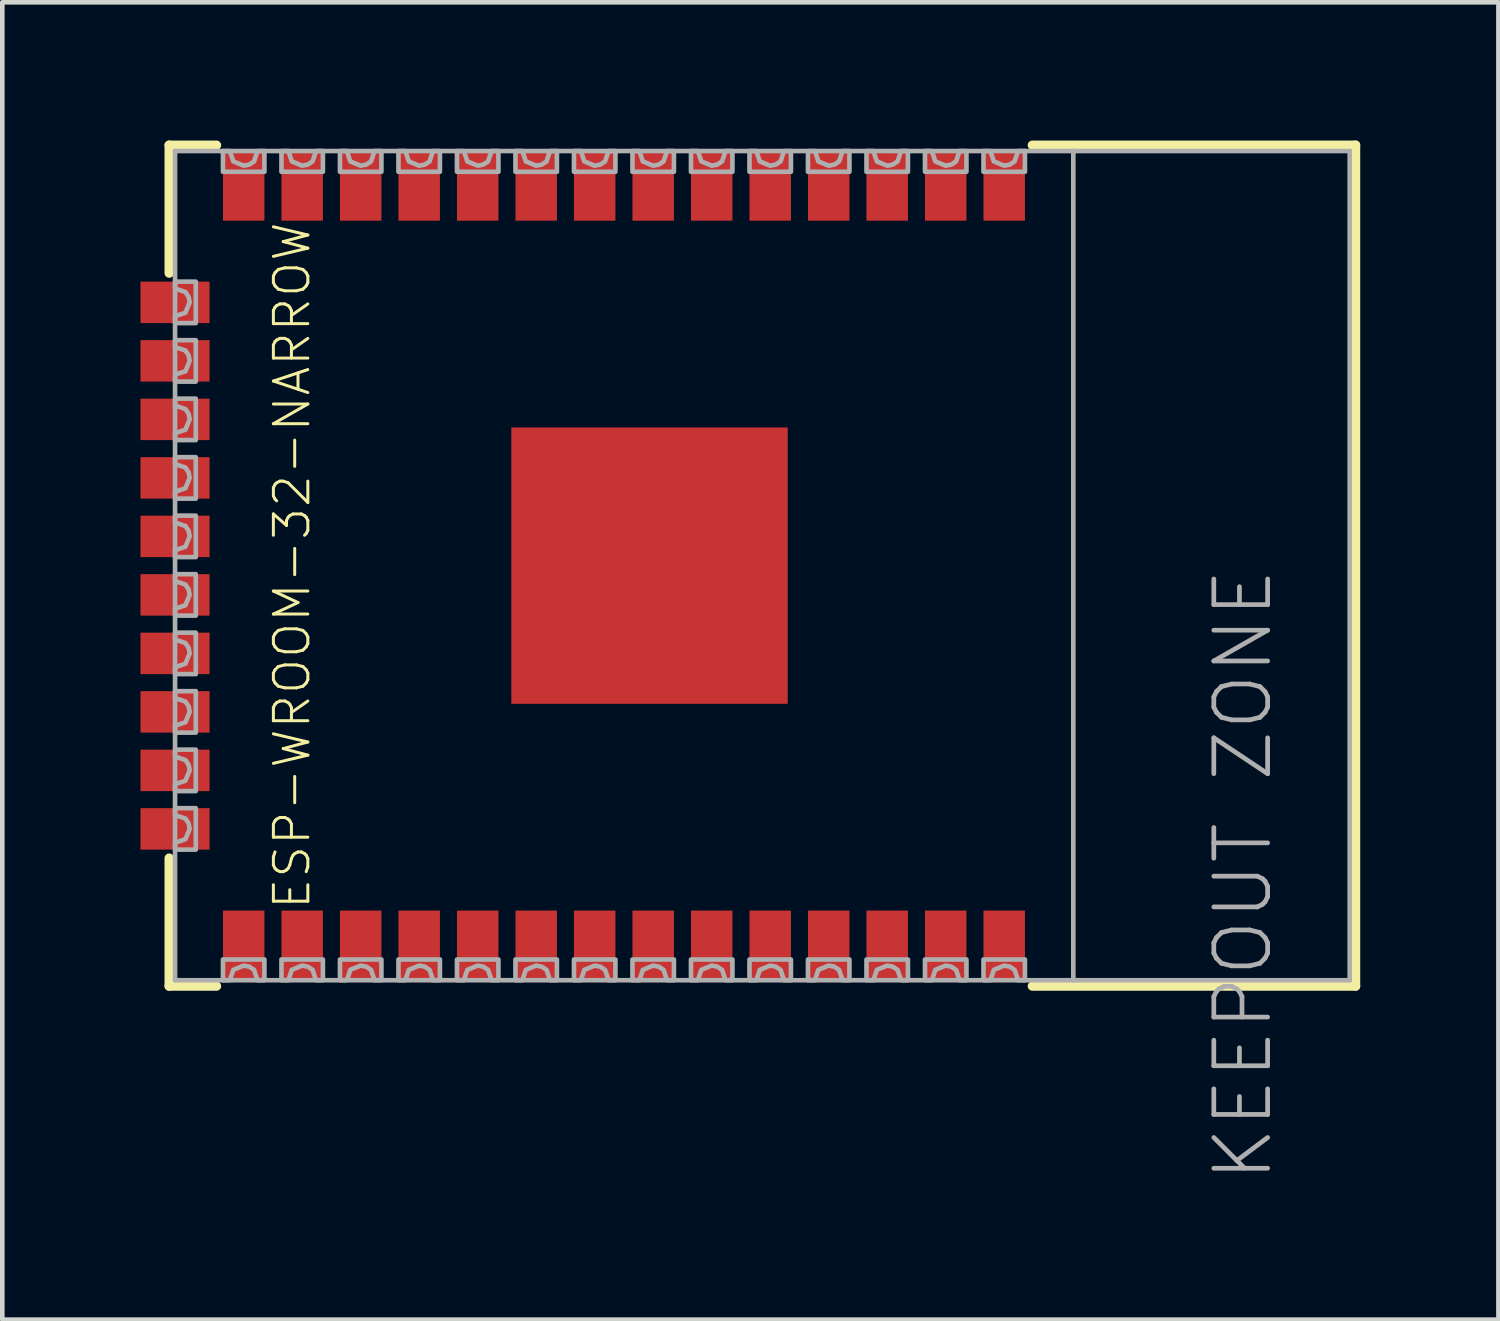
<source format=kicad_pcb>
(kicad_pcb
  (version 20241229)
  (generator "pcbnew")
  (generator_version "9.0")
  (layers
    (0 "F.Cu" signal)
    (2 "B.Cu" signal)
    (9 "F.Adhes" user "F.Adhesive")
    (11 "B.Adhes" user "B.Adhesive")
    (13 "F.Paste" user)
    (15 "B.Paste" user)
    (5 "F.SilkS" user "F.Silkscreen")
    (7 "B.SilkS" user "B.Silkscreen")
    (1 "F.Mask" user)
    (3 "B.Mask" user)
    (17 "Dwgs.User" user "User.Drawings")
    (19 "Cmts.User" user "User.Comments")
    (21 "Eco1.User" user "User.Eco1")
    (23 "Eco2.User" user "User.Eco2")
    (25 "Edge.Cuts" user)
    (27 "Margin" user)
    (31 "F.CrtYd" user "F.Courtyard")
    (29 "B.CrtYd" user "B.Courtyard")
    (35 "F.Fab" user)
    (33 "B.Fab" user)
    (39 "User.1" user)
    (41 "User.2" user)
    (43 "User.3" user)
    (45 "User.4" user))
  (footprint "ESP-WROOM-32-NARROW"
    (layer "F.Cu")
    (at 12.32 9.229)
    (property "Reference" "ESP-WROOM-32-NARROW" (at -9.03 0 90) (layer "F.SilkS") (effects (font (size 0.748 0.748) (thickness 0.065))))
    (fp_line (start -11.697 -9.127) (end -10.67 -9.127) (stroke (width 0.203) (type solid)) (layer "F.SilkS"))
    (fp_line (start -11.697 -6.35) (end -11.697 -9.127) (stroke (width 0.203) (type solid)) (layer "F.SilkS"))
    (fp_line (start -11.697 6.35) (end -11.697 9.127) (stroke (width 0.203) (type solid)) (layer "F.SilkS"))
    (fp_line (start -11.697 9.127) (end -10.67 9.127) (stroke (width 0.203) (type solid)) (layer "F.SilkS"))
    (fp_line (start 7.041 -9.127) (end 14.057 -9.127) (stroke (width 0.203) (type solid)) (layer "F.SilkS"))
    (fp_line (start 7.041 9.127) (end 14.057 9.127) (stroke (width 0.203) (type solid)) (layer "F.SilkS"))
    (fp_line (start 14.057 -9.127) (end 14.057 9.127) (stroke (width 0.203) (type solid)) (layer "F.SilkS"))
    (fp_line (start -11.57 -9) (end 7.93 -9) (stroke (width 0.1) (type solid)) (layer "F.Fab"))
    (fp_line (start -11.57 9) (end -11.57 -9) (stroke (width 0.1) (type solid)) (layer "F.Fab"))
    (fp_line (start 7.93 -9) (end 13.93 -9) (stroke (width 0.1) (type solid)) (layer "F.Fab"))
    (fp_line (start 7.93 9) (end -11.57 9) (stroke (width 0.1) (type solid)) (layer "F.Fab"))
    (fp_line (start 7.93 9) (end 7.93 -9) (stroke (width 0.1) (type solid)) (layer "F.Fab"))
    (fp_line (start 13.93 -9) (end 13.93 9) (stroke (width 0.1) (type solid)) (layer "F.Fab"))
    (fp_line (start 13.93 9) (end 7.93 9) (stroke (width 0.1) (type solid)) (layer "F.Fab"))
    (fp_poly (pts (xy -10.53 9) (xy -10.53 8.55) (xy -9.63 8.55) (xy -9.63 9) (xy -9.78 9) (xy -9.855 8.775) (xy -9.958 8.706) (xy -10.08 8.682) (xy -10.305 8.775) (xy -10.38 9)) (stroke (width 0.1) (type solid)) (fill no) (layer "F.Fab"))
    (fp_poly (pts (xy -9.26 9) (xy -9.26 8.55) (xy -8.36 8.55) (xy -8.36 9) (xy -8.51 9) (xy -8.585 8.775) (xy -8.688 8.706) (xy -8.81 8.682) (xy -9.035 8.775) (xy -9.11 9)) (stroke (width 0.1) (type solid)) (fill no) (layer "F.Fab"))
    (fp_poly (pts (xy -7.99 9) (xy -7.99 8.55) (xy -7.09 8.55) (xy -7.09 9) (xy -7.24 9) (xy -7.315 8.775) (xy -7.418 8.706) (xy -7.54 8.682) (xy -7.765 8.775) (xy -7.84 9)) (stroke (width 0.1) (type solid)) (fill no) (layer "F.Fab"))
    (fp_poly (pts (xy -6.72 9) (xy -6.72 8.55) (xy -5.82 8.55) (xy -5.82 9) (xy -5.97 9) (xy -6.045 8.775) (xy -6.148 8.706) (xy -6.27 8.682) (xy -6.495 8.775) (xy -6.57 9)) (stroke (width 0.1) (type solid)) (fill no) (layer "F.Fab"))
    (fp_poly (pts (xy -5.45 9) (xy -5.45 8.55) (xy -4.55 8.55) (xy -4.55 9) (xy -4.7 9) (xy -4.775 8.775) (xy -4.878 8.706) (xy -5 8.682) (xy -5.225 8.775) (xy -5.3 9)) (stroke (width 0.1) (type solid)) (fill no) (layer "F.Fab"))
    (fp_poly (pts (xy -4.18 9) (xy -4.18 8.55) (xy -3.28 8.55) (xy -3.28 9) (xy -3.43 9) (xy -3.505 8.775) (xy -3.608 8.706) (xy -3.73 8.682) (xy -3.955 8.775) (xy -4.03 9)) (stroke (width 0.1) (type solid)) (fill no) (layer "F.Fab"))
    (fp_poly (pts (xy -2.91 9) (xy -2.91 8.55) (xy -2.01 8.55) (xy -2.01 9) (xy -2.16 9) (xy -2.235 8.775) (xy -2.338 8.706) (xy -2.46 8.682) (xy -2.685 8.775) (xy -2.76 9)) (stroke (width 0.1) (type solid)) (fill no) (layer "F.Fab"))
    (fp_poly (pts (xy -1.64 9) (xy -1.64 8.55) (xy -0.74 8.55) (xy -0.74 9) (xy -0.89 9) (xy -0.965 8.775) (xy -1.068 8.706) (xy -1.19 8.682) (xy -1.415 8.775) (xy -1.49 9)) (stroke (width 0.1) (type solid)) (fill no) (layer "F.Fab"))
    (fp_poly (pts (xy -11.12 -5.265) (xy -11.57 -5.265) (xy -11.57 -5.415) (xy -11.345 -5.49) (xy -11.252 -5.715) (xy -11.276 -5.837) (xy -11.345 -5.94) (xy -11.57 -6.015) (xy -11.57 -6.015) (xy -11.57 -6.165) (xy -11.12 -6.165)) (stroke (width 0.1) (type solid)) (fill no) (layer "F.Fab"))
    (fp_poly (pts (xy -11.12 -3.995) (xy -11.57 -3.995) (xy -11.57 -4.145) (xy -11.345 -4.22) (xy -11.252 -4.445) (xy -11.276 -4.567) (xy -11.345 -4.67) (xy -11.57 -4.745) (xy -11.57 -4.745) (xy -11.57 -4.895) (xy -11.12 -4.895)) (stroke (width 0.1) (type solid)) (fill no) (layer "F.Fab"))
    (fp_poly (pts (xy -11.12 -2.725) (xy -11.57 -2.725) (xy -11.57 -2.875) (xy -11.345 -2.95) (xy -11.252 -3.175) (xy -11.276 -3.297) (xy -11.345 -3.4) (xy -11.57 -3.475) (xy -11.57 -3.475) (xy -11.57 -3.625) (xy -11.12 -3.625)) (stroke (width 0.1) (type solid)) (fill no) (layer "F.Fab"))
    (fp_poly (pts (xy -11.12 -1.455) (xy -11.57 -1.455) (xy -11.57 -1.605) (xy -11.345 -1.68) (xy -11.252 -1.905) (xy -11.276 -2.027) (xy -11.345 -2.13) (xy -11.57 -2.205) (xy -11.57 -2.205) (xy -11.57 -2.355) (xy -11.12 -2.355)) (stroke (width 0.1) (type solid)) (fill no) (layer "F.Fab"))
    (fp_poly (pts (xy -11.12 -0.185) (xy -11.57 -0.185) (xy -11.57 -0.335) (xy -11.345 -0.41) (xy -11.252 -0.635) (xy -11.276 -0.757) (xy -11.345 -0.86) (xy -11.57 -0.935) (xy -11.57 -0.935) (xy -11.57 -1.085) (xy -11.12 -1.085)) (stroke (width 0.1) (type solid)) (fill no) (layer "F.Fab"))
    (fp_poly (pts (xy -11.12 1.085) (xy -11.57 1.085) (xy -11.57 0.935) (xy -11.345 0.86) (xy -11.345 0.86) (xy -11.252 0.635) (xy -11.276 0.513) (xy -11.345 0.41) (xy -11.57 0.335) (xy -11.57 0.185) (xy -11.12 0.185)) (stroke (width 0.1) (type solid)) (fill no) (layer "F.Fab"))
    (fp_poly (pts (xy -11.12 2.355) (xy -11.57 2.355) (xy -11.57 2.205) (xy -11.345 2.13) (xy -11.345 2.13) (xy -11.252 1.905) (xy -11.276 1.783) (xy -11.345 1.68) (xy -11.57 1.605) (xy -11.57 1.455) (xy -11.12 1.455)) (stroke (width 0.1) (type solid)) (fill no) (layer "F.Fab"))
    (fp_poly (pts (xy -11.12 3.625) (xy -11.57 3.625) (xy -11.57 3.475) (xy -11.345 3.4) (xy -11.345 3.4) (xy -11.252 3.175) (xy -11.276 3.053) (xy -11.345 2.95) (xy -11.57 2.875) (xy -11.57 2.725) (xy -11.12 2.725)) (stroke (width 0.1) (type solid)) (fill no) (layer "F.Fab"))
    (fp_poly (pts (xy -11.12 4.895) (xy -11.57 4.895) (xy -11.57 4.745) (xy -11.345 4.67) (xy -11.345 4.67) (xy -11.252 4.445) (xy -11.276 4.323) (xy -11.345 4.22) (xy -11.57 4.145) (xy -11.57 3.995) (xy -11.12 3.995)) (stroke (width 0.1) (type solid)) (fill no) (layer "F.Fab"))
    (fp_poly (pts (xy -11.12 6.165) (xy -11.57 6.165) (xy -11.57 6.015) (xy -11.345 5.94) (xy -11.345 5.94) (xy -11.252 5.715) (xy -11.276 5.593) (xy -11.345 5.49) (xy -11.57 5.415) (xy -11.57 5.265) (xy -11.12 5.265)) (stroke (width 0.1) (type solid)) (fill no) (layer "F.Fab"))
    (fp_poly (pts (xy -10.305 -8.775) (xy -10.305 -8.775) (xy -10.08 -8.682) (xy -9.958 -8.706) (xy -9.855 -8.775) (xy -9.78 -9) (xy -9.63 -9) (xy -9.63 -8.55) (xy -10.53 -8.55) (xy -10.53 -9) (xy -10.38 -9)) (stroke (width 0.1) (type solid)) (fill no) (layer "F.Fab"))
    (fp_poly (pts (xy -9.035 -8.775) (xy -9.035 -8.775) (xy -8.81 -8.682) (xy -8.688 -8.706) (xy -8.585 -8.775) (xy -8.51 -9) (xy -8.36 -9) (xy -8.36 -8.55) (xy -9.26 -8.55) (xy -9.26 -9) (xy -9.11 -9)) (stroke (width 0.1) (type solid)) (fill no) (layer "F.Fab"))
    (fp_poly (pts (xy -7.765 -8.775) (xy -7.765 -8.775) (xy -7.54 -8.682) (xy -7.418 -8.706) (xy -7.315 -8.775) (xy -7.24 -9) (xy -7.09 -9) (xy -7.09 -8.55) (xy -7.99 -8.55) (xy -7.99 -9) (xy -7.84 -9)) (stroke (width 0.1) (type solid)) (fill no) (layer "F.Fab"))
    (fp_poly (pts (xy -6.495 -8.775) (xy -6.495 -8.775) (xy -6.27 -8.682) (xy -6.148 -8.706) (xy -6.045 -8.775) (xy -5.97 -9) (xy -5.82 -9) (xy -5.82 -8.55) (xy -6.72 -8.55) (xy -6.72 -9) (xy -6.57 -9)) (stroke (width 0.1) (type solid)) (fill no) (layer "F.Fab"))
    (fp_poly (pts (xy -5.225 -8.775) (xy -5.225 -8.775) (xy -5 -8.682) (xy -4.878 -8.706) (xy -4.775 -8.775) (xy -4.7 -9) (xy -4.55 -9) (xy -4.55 -8.55) (xy -5.45 -8.55) (xy -5.45 -9) (xy -5.3 -9)) (stroke (width 0.1) (type solid)) (fill no) (layer "F.Fab"))
    (fp_poly (pts (xy -3.955 -8.775) (xy -3.955 -8.775) (xy -3.73 -8.682) (xy -3.608 -8.706) (xy -3.505 -8.775) (xy -3.43 -9) (xy -3.28 -9) (xy -3.28 -8.55) (xy -4.18 -8.55) (xy -4.18 -9) (xy -4.03 -9)) (stroke (width 0.1) (type solid)) (fill no) (layer "F.Fab"))
    (fp_poly (pts (xy -2.685 -8.775) (xy -2.685 -8.775) (xy -2.46 -8.682) (xy -2.338 -8.706) (xy -2.235 -8.775) (xy -2.16 -9) (xy -2.01 -9) (xy -2.01 -8.55) (xy -2.91 -8.55) (xy -2.91 -9) (xy -2.76 -9)) (stroke (width 0.1) (type solid)) (fill no) (layer "F.Fab"))
    (fp_poly (pts (xy -1.415 -8.775) (xy -1.415 -8.775) (xy -1.19 -8.682) (xy -1.068 -8.706) (xy -0.965 -8.775) (xy -0.89 -9) (xy -0.74 -9) (xy -0.74 -8.55) (xy -1.64 -8.55) (xy -1.64 -9) (xy -1.49 -9)) (stroke (width 0.1) (type solid)) (fill no) (layer "F.Fab"))
    (fp_poly (pts (xy 0.38 -9) (xy 0.53 -9) (xy 0.53 -8.55) (xy -0.37 -8.55) (xy -0.37 -9) (xy -0.22 -9) (xy -0.145 -8.775) (xy 0.08 -8.682) (xy 0.202 -8.706) (xy 0.305 -8.775) (xy 0.38 -9)) (stroke (width 0.1) (type solid)) (fill no) (layer "F.Fab"))
    (fp_poly (pts (xy 0.53 9) (xy 0.38 9) (xy 0.38 9) (xy 0.305 8.775) (xy 0.202 8.706) (xy 0.08 8.682) (xy -0.145 8.775) (xy -0.22 9) (xy -0.37 9) (xy -0.37 8.55) (xy 0.53 8.55)) (stroke (width 0.1) (type solid)) (fill no) (layer "F.Fab"))
    (fp_poly (pts (xy 1.65 -9) (xy 1.8 -9) (xy 1.8 -8.55) (xy 0.9 -8.55) (xy 0.9 -9) (xy 1.05 -9) (xy 1.125 -8.775) (xy 1.35 -8.682) (xy 1.472 -8.706) (xy 1.575 -8.775) (xy 1.65 -9)) (stroke (width 0.1) (type solid)) (fill no) (layer "F.Fab"))
    (fp_poly (pts (xy 1.8 9) (xy 1.65 9) (xy 1.65 9) (xy 1.575 8.775) (xy 1.472 8.706) (xy 1.35 8.682) (xy 1.125 8.775) (xy 1.05 9) (xy 0.9 9) (xy 0.9 8.55) (xy 1.8 8.55)) (stroke (width 0.1) (type solid)) (fill no) (layer "F.Fab"))
    (fp_poly (pts (xy 2.92 -9) (xy 3.07 -9) (xy 3.07 -8.55) (xy 2.17 -8.55) (xy 2.17 -9) (xy 2.32 -9) (xy 2.395 -8.775) (xy 2.62 -8.682) (xy 2.742 -8.706) (xy 2.845 -8.775) (xy 2.92 -9)) (stroke (width 0.1) (type solid)) (fill no) (layer "F.Fab"))
    (fp_poly (pts (xy 3.07 9) (xy 2.92 9) (xy 2.92 9) (xy 2.845 8.775) (xy 2.742 8.706) (xy 2.62 8.682) (xy 2.395 8.775) (xy 2.32 9) (xy 2.17 9) (xy 2.17 8.55) (xy 3.07 8.55)) (stroke (width 0.1) (type solid)) (fill no) (layer "F.Fab"))
    (fp_poly (pts (xy 4.19 -9) (xy 4.34 -9) (xy 4.34 -8.55) (xy 3.44 -8.55) (xy 3.44 -9) (xy 3.59 -9) (xy 3.665 -8.775) (xy 3.89 -8.682) (xy 4.012 -8.706) (xy 4.115 -8.775) (xy 4.19 -9)) (stroke (width 0.1) (type solid)) (fill no) (layer "F.Fab"))
    (fp_poly (pts (xy 4.34 9) (xy 4.19 9) (xy 4.19 9) (xy 4.115 8.775) (xy 4.012 8.706) (xy 3.89 8.682) (xy 3.665 8.775) (xy 3.59 9) (xy 3.44 9) (xy 3.44 8.55) (xy 4.34 8.55)) (stroke (width 0.1) (type solid)) (fill no) (layer "F.Fab"))
    (fp_poly (pts (xy 5.46 -9) (xy 5.61 -9) (xy 5.61 -8.55) (xy 4.71 -8.55) (xy 4.71 -9) (xy 4.86 -9) (xy 4.935 -8.775) (xy 5.16 -8.682) (xy 5.282 -8.706) (xy 5.385 -8.775) (xy 5.46 -9)) (stroke (width 0.1) (type solid)) (fill no) (layer "F.Fab"))
    (fp_poly (pts (xy 5.61 9) (xy 5.46 9) (xy 5.46 9) (xy 5.385 8.775) (xy 5.282 8.706) (xy 5.16 8.682) (xy 4.935 8.775) (xy 4.86 9) (xy 4.71 9) (xy 4.71 8.55) (xy 5.61 8.55)) (stroke (width 0.1) (type solid)) (fill no) (layer "F.Fab"))
    (fp_poly (pts (xy 6.73 -9) (xy 6.88 -9) (xy 6.88 -8.55) (xy 5.98 -8.55) (xy 5.98 -9) (xy 6.13 -9) (xy 6.205 -8.775) (xy 6.43 -8.682) (xy 6.552 -8.706) (xy 6.655 -8.775) (xy 6.73 -9)) (stroke (width 0.1) (type solid)) (fill no) (layer "F.Fab"))
    (fp_poly (pts (xy 6.88 9) (xy 6.73 9) (xy 6.73 9) (xy 6.655 8.775) (xy 6.552 8.706) (xy 6.43 8.682) (xy 6.205 8.775) (xy 6.13 9) (xy 5.98 9) (xy 5.98 8.55) (xy 6.88 8.55)) (stroke (width 0.1) (type solid)) (fill no) (layer "F.Fab"))
    (fp_text user "KEEPOUT ZONE" (at 10.93 0 90) (layer "F.Fab") (effects (font (size 1.168 1.168) (thickness 0.102)) (justify right top)))
    (pad "1" smd rect (at 6.43 -8.238) (size 0.9 1.5) (layers "F.Cu" "F.Mask" "F.Paste"))
    (pad "2" smd rect (at 5.16 -8.238) (size 0.9 1.5) (layers "F.Cu" "F.Mask" "F.Paste"))
    (pad "3" smd rect (at 3.89 -8.238) (size 0.9 1.5) (layers "F.Cu" "F.Mask" "F.Paste"))
    (pad "4" smd rect (at 2.62 -8.238) (size 0.9 1.5) (layers "F.Cu" "F.Mask" "F.Paste"))
    (pad "5" smd rect (at 1.35 -8.238) (size 0.9 1.5) (layers "F.Cu" "F.Mask" "F.Paste"))
    (pad "6" smd rect (at 0.08 -8.238) (size 0.9 1.5) (layers "F.Cu" "F.Mask" "F.Paste"))
    (pad "7" smd rect (at -1.19 -8.238) (size 0.9 1.5) (layers "F.Cu" "F.Mask" "F.Paste"))
    (pad "8" smd rect (at -2.46 -8.238) (size 0.9 1.5) (layers "F.Cu" "F.Mask" "F.Paste"))
    (pad "9" smd rect (at -3.73 -8.238) (size 0.9 1.5) (layers "F.Cu" "F.Mask" "F.Paste"))
    (pad "10" smd rect (at -5 -8.238) (size 0.9 1.5) (layers "F.Cu" "F.Mask" "F.Paste"))
    (pad "11" smd rect (at -6.27 -8.238) (size 0.9 1.5) (layers "F.Cu" "F.Mask" "F.Paste"))
    (pad "12" smd rect (at -7.54 -8.238) (size 0.9 1.5) (layers "F.Cu" "F.Mask" "F.Paste"))
    (pad "13" smd rect (at -8.81 -8.238) (size 0.9 1.5) (layers "F.Cu" "F.Mask" "F.Paste"))
    (pad "14" smd rect (at -10.08 -8.238) (size 0.9 1.5) (layers "F.Cu" "F.Mask" "F.Paste"))
    (pad "15" smd rect (at -11.57 -5.715 90) (size 0.9 1.5) (layers "F.Cu" "F.Mask" "F.Paste"))
    (pad "16" smd rect (at -11.57 -4.445 90) (size 0.9 1.5) (layers "F.Cu" "F.Mask" "F.Paste"))
    (pad "17" smd rect (at -11.57 -3.175 90) (size 0.9 1.5) (layers "F.Cu" "F.Mask" "F.Paste"))
    (pad "18" smd rect (at -11.57 -1.905 90) (size 0.9 1.5) (layers "F.Cu" "F.Mask" "F.Paste"))
    (pad "19" smd rect (at -11.57 -0.635 90) (size 0.9 1.5) (layers "F.Cu" "F.Mask" "F.Paste"))
    (pad "20" smd rect (at -11.57 0.635 90) (size 0.9 1.5) (layers "F.Cu" "F.Mask" "F.Paste"))
    (pad "21" smd rect (at -11.57 1.905 90) (size 0.9 1.5) (layers "F.Cu" "F.Mask" "F.Paste"))
    (pad "22" smd rect (at -11.57 3.175 90) (size 0.9 1.5) (layers "F.Cu" "F.Mask" "F.Paste"))
    (pad "23" smd rect (at -11.57 4.445 90) (size 0.9 1.5) (layers "F.Cu" "F.Mask" "F.Paste"))
    (pad "24" smd rect (at -11.57 5.715 90) (size 0.9 1.5) (layers "F.Cu" "F.Mask" "F.Paste"))
    (pad "25" smd rect (at -10.08 8.238) (size 0.9 1.5) (layers "F.Cu" "F.Mask" "F.Paste"))
    (pad "26" smd rect (at -8.81 8.238) (size 0.9 1.5) (layers "F.Cu" "F.Mask" "F.Paste"))
    (pad "27" smd rect (at -7.54 8.238) (size 0.9 1.5) (layers "F.Cu" "F.Mask" "F.Paste"))
    (pad "28" smd rect (at -6.27 8.238) (size 0.9 1.5) (layers "F.Cu" "F.Mask" "F.Paste"))
    (pad "29" smd rect (at -5 8.238) (size 0.9 1.5) (layers "F.Cu" "F.Mask" "F.Paste"))
    (pad "30" smd rect (at -3.73 8.238) (size 0.9 1.5) (layers "F.Cu" "F.Mask" "F.Paste"))
    (pad "31" smd rect (at -2.46 8.238) (size 0.9 1.5) (layers "F.Cu" "F.Mask" "F.Paste"))
    (pad "32" smd rect (at -1.19 8.238) (size 0.9 1.5) (layers "F.Cu" "F.Mask" "F.Paste"))
    (pad "33" smd rect (at 0.08 8.238) (size 0.9 1.5) (layers "F.Cu" "F.Mask" "F.Paste"))
    (pad "34" smd rect (at 1.35 8.238) (size 0.9 1.5) (layers "F.Cu" "F.Mask" "F.Paste"))
    (pad "35" smd rect (at 2.62 8.238) (size 0.9 1.5) (layers "F.Cu" "F.Mask" "F.Paste"))
    (pad "36" smd rect (at 3.89 8.238) (size 0.9 1.5) (layers "F.Cu" "F.Mask" "F.Paste"))
    (pad "37" smd rect (at 5.16 8.238) (size 0.9 1.5) (layers "F.Cu" "F.Mask" "F.Paste"))
    (pad "38" smd rect (at 6.43 8.238) (size 0.9 1.5) (layers "F.Cu" "F.Mask" "F.Paste"))
    (pad "GND" smd rect (at -1.27 0) (size 6 6) (layers "F.Cu" "F.Mask" "F.Paste")))
  (gr_rect
    (start -3 -3)
    (end 29.479 25.597)
    (stroke (width 0.1) (type default))
    (fill no)
    (layer "Edge.Cuts")))
</source>
